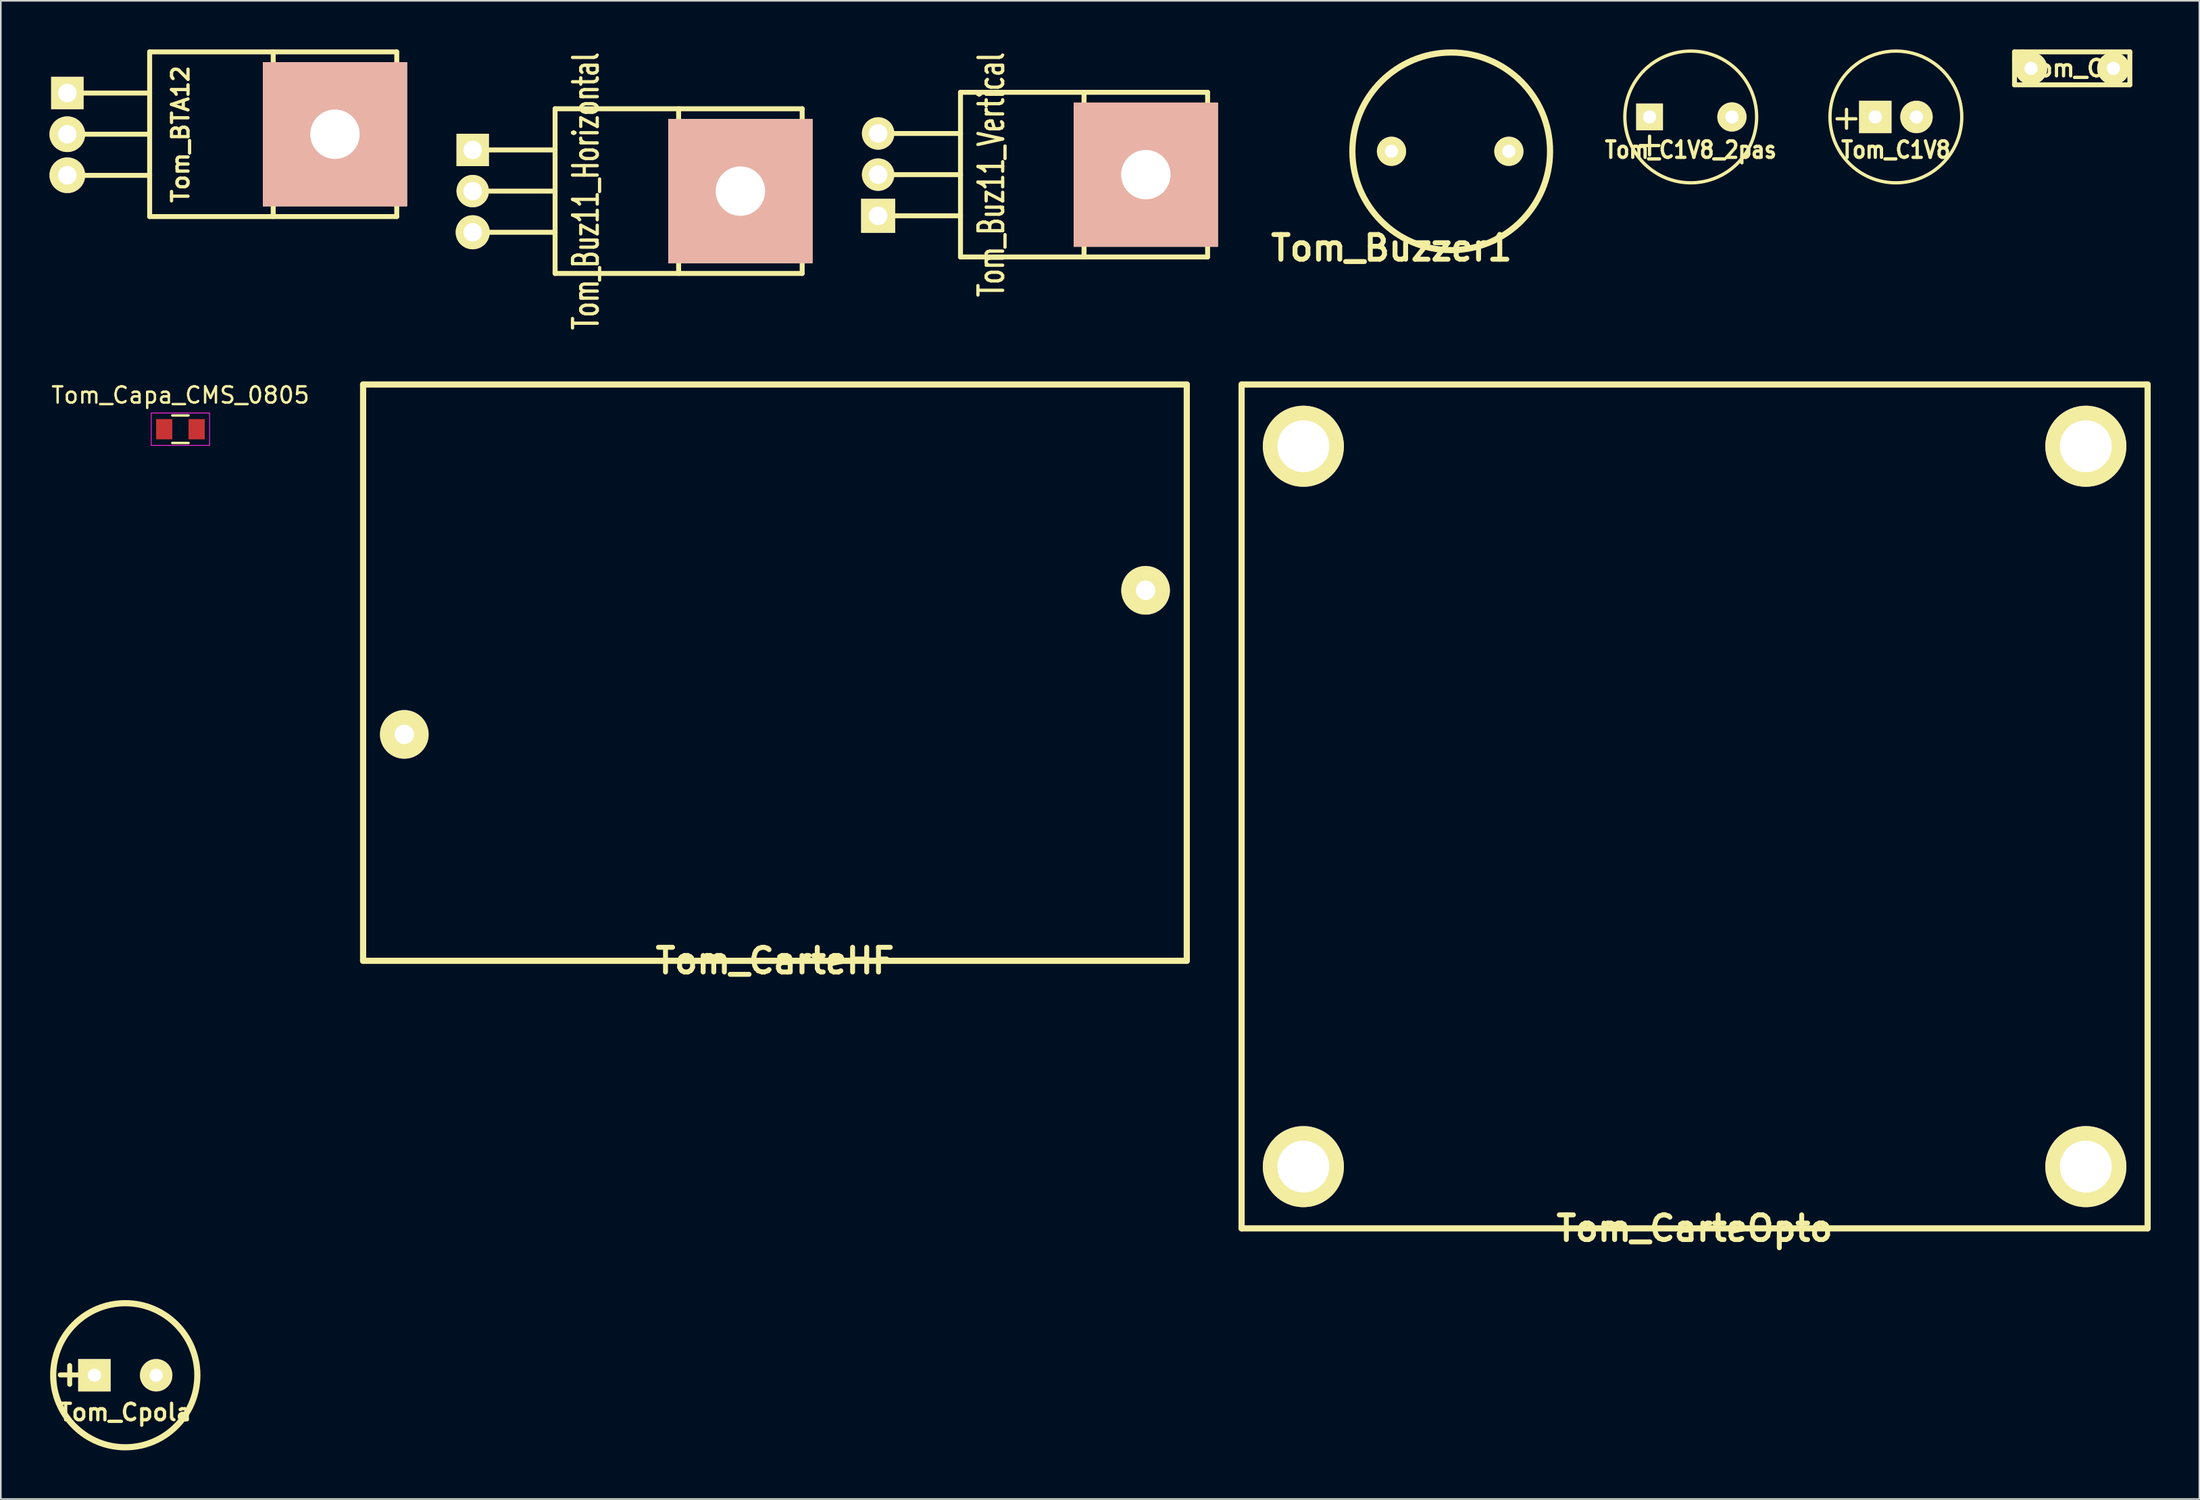
<source format=kicad_pcb>
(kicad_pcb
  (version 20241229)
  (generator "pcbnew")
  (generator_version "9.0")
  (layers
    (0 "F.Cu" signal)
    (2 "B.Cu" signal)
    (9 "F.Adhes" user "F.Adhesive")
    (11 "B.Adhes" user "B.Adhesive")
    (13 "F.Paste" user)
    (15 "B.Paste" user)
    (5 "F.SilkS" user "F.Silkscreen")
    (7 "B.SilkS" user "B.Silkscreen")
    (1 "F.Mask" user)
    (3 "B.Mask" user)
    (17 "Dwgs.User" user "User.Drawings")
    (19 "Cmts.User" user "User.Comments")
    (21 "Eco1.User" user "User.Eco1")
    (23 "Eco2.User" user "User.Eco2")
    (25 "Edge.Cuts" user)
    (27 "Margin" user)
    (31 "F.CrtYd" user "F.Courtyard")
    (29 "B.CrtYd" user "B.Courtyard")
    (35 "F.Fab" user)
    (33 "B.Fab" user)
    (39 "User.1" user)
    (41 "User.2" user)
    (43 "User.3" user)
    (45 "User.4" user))
  (footprint "Tom_C1V8_2pas"
    (layer "F.Cu")
    (at 101.228 4.166)
    (property "Reference" "Tom_C1V8_2pas" (at 0 2.032 0) (layer "F.SilkS") (effects (font (size 1.016 0.889) (thickness 0.203))))
    (attr through_hole)
    (fp_circle (center 0 0) (end 4.064 0) (stroke (width 0.203) (type solid)) (fill no) (layer "F.SilkS"))
    (fp_text user "+" (at -2.54 1.651 0) (layer "F.SilkS") (effects (font (size 1.524 1.524) (thickness 0.203))))
    (pad "1" thru_hole rect (at -2.54 0) (size 1.651 1.651) (drill 0.813) (layers "*.Cu" "*.Mask" "F.SilkS"))
    (pad "2" thru_hole circle (at 2.54 0) (size 1.801 1.801) (drill 0.813) (layers "*.Cu" "*.Mask" "F.SilkS")))
  (footprint "Tom_CarteOpto"
    (layer "F.Cu")
    (at 101.466 72.745)
    (property "Reference" "Tom_CarteOpto" (at 0 0 0) (layer "F.SilkS") (effects (font (size 1.524 1.524) (thickness 0.305))))
    (attr through_hole)
    (fp_line (start -27.94 -52.07) (end -27.94 0) (stroke (width 0.381) (type solid)) (layer "F.SilkS"))
    (fp_line (start -27.94 0) (end 27.94 0) (stroke (width 0.381) (type solid)) (layer "F.SilkS"))
    (fp_line (start 27.94 -52.07) (end -27.94 -52.07) (stroke (width 0.381) (type solid)) (layer "F.SilkS"))
    (fp_line (start 27.94 0) (end 27.94 -52.07) (stroke (width 0.381) (type solid)) (layer "F.SilkS"))
    (pad "1" thru_hole circle (at -24.13 -48.26) (size 5.001 5.001) (drill 3.2) (layers "*.Cu" "*.Mask" "F.SilkS"))
    (pad "2" thru_hole circle (at 24.13 -48.26) (size 5.001 5.001) (drill 3.2) (layers "*.Cu" "*.Mask" "F.SilkS"))
    (pad "3" thru_hole circle (at 24.13 -3.81) (size 5.001 5.001) (drill 3.2) (layers "*.Cu" "*.Mask" "F.SilkS"))
    (pad "4" thru_hole circle (at -24.13 -3.81) (size 5.001 5.001) (drill 3.2) (layers "*.Cu" "*.Mask" "F.SilkS")))
  (footprint "Tom_C1V8"
    (layer "F.Cu")
    (at 113.88 4.166)
    (property "Reference" "Tom_C1V8" (at 0 2.032 0) (layer "F.SilkS") (effects (font (size 1.016 0.889) (thickness 0.203))))
    (attr through_hole)
    (fp_circle (center 0 0) (end 4.064 0) (stroke (width 0.203) (type solid)) (fill no) (layer "F.SilkS"))
    (fp_text user "+" (at -3.045 0 0) (layer "F.SilkS") (effects (font (size 1.524 1.524) (thickness 0.203))))
    (pad "1" thru_hole rect (at -1.27 0) (size 1.999 1.999) (drill 0.813) (layers "*.Cu" "*.Mask" "F.SilkS"))
    (pad "2" thru_hole circle (at 1.27 0) (size 1.999 1.999) (drill 0.813) (layers "*.Cu" "*.Mask" "F.SilkS")))
  (footprint "Tom_Buz11_Vertical"
    (layer "F.Cu")
    (at 51.11 7.726)
    (property "Reference" "Tom_Buz11_Vertical" (at 6.985 0 90) (layer "F.SilkS") (effects (font (size 1.524 1.016) (thickness 0.203))))
    (attr through_hole)
    (fp_line (start 0 -2.54) (end 5.08 -2.54) (stroke (width 0.305) (type solid)) (layer "F.SilkS"))
    (fp_line (start 0 0) (end 5.08 0) (stroke (width 0.305) (type solid)) (layer "F.SilkS"))
    (fp_line (start 0 2.54) (end 5.08 2.54) (stroke (width 0.305) (type solid)) (layer "F.SilkS"))
    (fp_line (start 5.08 -5.08) (end 20.32 -5.08) (stroke (width 0.305) (type solid)) (layer "F.SilkS"))
    (fp_line (start 5.08 5.08) (end 5.08 -5.08) (stroke (width 0.305) (type solid)) (layer "F.SilkS"))
    (fp_line (start 12.7 5.08) (end 12.7 -5.08) (stroke (width 0.305) (type solid)) (layer "F.SilkS"))
    (fp_line (start 20.32 -5.08) (end 20.32 5.08) (stroke (width 0.305) (type solid)) (layer "F.SilkS"))
    (fp_line (start 20.32 5.08) (end 5.08 5.08) (stroke (width 0.305) (type solid)) (layer "F.SilkS"))
    (pad "4" thru_hole rect (at 16.51 0) (size 8.89 8.89) (drill 3.048) (layers "*.Cu" "*.SilkS" "*.Mask"))
    (pad "D" thru_hole circle (at 0 0) (size 1.999 1.999) (drill 1.143) (layers "*.Cu" "*.Mask" "F.SilkS"))
    (pad "G" thru_hole circle (at 0 -2.54) (size 1.999 1.999) (drill 1.143) (layers "*.Cu" "*.Mask" "F.SilkS"))
    (pad "S" thru_hole rect (at 0 2.54) (size 2.101 2.101) (drill 1.143) (layers "*.Cu" "*.Mask" "F.SilkS")))
  (footprint "Tom_Cpola"
    (layer "F.Cu")
    (at 4.677 81.807)
    (property "Reference" "Tom_Cpola" (at 0 2.286 0) (layer "F.SilkS") (effects (font (size 1.016 1.016) (thickness 0.203))))
    (attr through_hole)
    (fp_circle (center 0 0) (end 0 4.445) (stroke (width 0.381) (type solid)) (fill no) (layer "F.SilkS"))
    (fp_text user "+" (at -3.429 -0.127 0) (layer "F.SilkS") (effects (font (size 1.524 1.524) (thickness 0.305))))
    (pad "1" thru_hole rect (at -1.905 0) (size 1.999 1.999) (drill 0.813) (layers "*.Cu" "*.Mask" "F.SilkS"))
    (pad "2" thru_hole circle (at 1.905 0) (size 1.999 1.999) (drill 0.813) (layers "*.Cu" "*.Mask" "F.SilkS")))
  (footprint "Tom_BTA12"
    (layer "F.Cu")
    (at 1.1 5.232)
    (property "Reference" "Tom_BTA12" (at 6.985 0 90) (layer "F.SilkS") (effects (font (size 1.016 1.016) (thickness 0.203))))
    (attr through_hole)
    (fp_line (start 0 -2.54) (end 5.08 -2.54) (stroke (width 0.305) (type solid)) (layer "F.SilkS"))
    (fp_line (start 0 0) (end 5.08 0) (stroke (width 0.305) (type solid)) (layer "F.SilkS"))
    (fp_line (start 0 2.54) (end 5.08 2.54) (stroke (width 0.305) (type solid)) (layer "F.SilkS"))
    (fp_line (start 5.08 -5.08) (end 5.08 5.08) (stroke (width 0.305) (type solid)) (layer "F.SilkS"))
    (fp_line (start 5.08 5.08) (end 20.32 5.08) (stroke (width 0.305) (type solid)) (layer "F.SilkS"))
    (fp_line (start 12.7 3.81) (end 12.7 -5.08) (stroke (width 0.305) (type solid)) (layer "F.SilkS"))
    (fp_line (start 12.7 3.81) (end 12.7 5.08) (stroke (width 0.305) (type solid)) (layer "F.SilkS"))
    (fp_line (start 20.32 -5.08) (end 5.08 -5.08) (stroke (width 0.305) (type solid)) (layer "F.SilkS"))
    (fp_line (start 20.32 5.08) (end 20.32 -5.08) (stroke (width 0.305) (type solid)) (layer "F.SilkS"))
    (pad "1" thru_hole rect (at 0.005 -2.543) (size 1.999 1.999) (drill 1.143) (layers "*.Cu" "*.Mask" "F.SilkS"))
    (pad "2" thru_hole circle (at 0 0) (size 2.2 2.2) (drill 1.143) (layers "*.Cu" "*.Mask" "F.SilkS"))
    (pad "3" thru_hole circle (at 0.003 2.532) (size 2.2 2.2) (drill 1.143) (layers "*.Cu" "*.Mask" "F.SilkS"))
    (pad "4" thru_hole rect (at 16.51 0) (size 8.89 8.89) (drill 3.048) (layers "*.Cu" "*.SilkS" "*.Mask")))
  (footprint "Tom_Capa_CMS_0805"
    (layer "F.Cu")
    (at 8.077 23.433)
    (property "Reference" "Tom_Capa_CMS_0805" (at 0 -2.1 0) (layer "F.SilkS") (effects (font (size 1 1) (thickness 0.15))))
    (attr smd)
    (fp_line (start -0.5 0.85) (end 0.5 0.85) (stroke (width 0.15) (type solid)) (layer "F.SilkS"))
    (fp_line (start 0.5 -0.85) (end -0.5 -0.85) (stroke (width 0.15) (type solid)) (layer "F.SilkS"))
    (fp_line (start -1.8 -1) (end -1.8 1) (stroke (width 0.05) (type solid)) (layer "F.CrtYd"))
    (fp_line (start -1.8 -1) (end 1.8 -1) (stroke (width 0.05) (type solid)) (layer "F.CrtYd"))
    (fp_line (start -1.8 1) (end 1.8 1) (stroke (width 0.05) (type solid)) (layer "F.CrtYd"))
    (fp_line (start 1.8 -1) (end 1.8 1) (stroke (width 0.05) (type solid)) (layer "F.CrtYd"))
    (pad "1" smd rect (at -1 0) (size 1 1.25) (layers "F.Cu" "F.Mask" "F.Paste"))
    (pad "2" smd rect (at 1 0) (size 1 1.25) (layers "F.Cu" "F.Mask" "F.Paste")))
  (footprint "Tom_Buzzer1"
    (layer "F.Cu")
    (at 82.772 10.604)
    (property "Reference" "Tom_Buzzer1" (at 0 1.651 0) (layer "F.SilkS") (effects (font (size 1.524 1.524) (thickness 0.305))))
    (attr through_hole)
    (fp_circle (center 3.683 -4.318) (end 9.779 -4.318) (stroke (width 0.381) (type solid)) (fill no) (layer "F.SilkS"))
    (pad "1" thru_hole circle (at 0 -4.318) (size 1.801 1.801) (drill 0.813) (layers "*.Cu" "*.Mask" "F.SilkS"))
    (pad "2" thru_hole circle (at 7.239 -4.318) (size 1.801 1.801) (drill 0.813) (layers "*.Cu" "*.Mask" "F.SilkS")))
  (footprint "Tom_CarteHF"
    (layer "F.Cu")
    (at 44.745 56.235)
    (property "Reference" "Tom_CarteHF" (at 0 0 0) (layer "F.SilkS") (effects (font (size 1.524 1.524) (thickness 0.305))))
    (attr through_hole)
    (fp_line (start -25.4 -35.56) (end -25.4 0) (stroke (width 0.381) (type solid)) (layer "F.SilkS"))
    (fp_line (start -25.4 0) (end 25.4 0) (stroke (width 0.381) (type solid)) (layer "F.SilkS"))
    (fp_line (start 25.4 -35.56) (end -25.4 -35.56) (stroke (width 0.381) (type solid)) (layer "F.SilkS"))
    (fp_line (start 25.4 0) (end 25.4 -35.56) (stroke (width 0.381) (type solid)) (layer "F.SilkS"))
    (pad "1" thru_hole circle (at -22.86 -13.97) (size 3 3) (drill 1.199) (layers "*.Cu" "*.Mask" "F.SilkS"))
    (pad "2" thru_hole circle (at 22.86 -22.86) (size 3 3) (drill 1.199) (layers "*.Cu" "*.Mask" "F.SilkS")))
  (footprint "Tom_C2"
    (layer "F.Cu")
    (at 124.754 1.168)
    (property "Reference" "Tom_C2" (at 0 0 0) (layer "F.SilkS") (effects (font (size 1.016 1.016) (thickness 0.203))))
    (attr through_hole)
    (fp_line (start -3.556 -1.016) (end 3.556 -1.016) (stroke (width 0.305) (type solid)) (layer "F.SilkS"))
    (fp_line (start -3.556 -0.508) (end -3.048 -1.016) (stroke (width 0.305) (type solid)) (layer "F.SilkS"))
    (fp_line (start -3.556 1.016) (end -3.556 -1.016) (stroke (width 0.305) (type solid)) (layer "F.SilkS"))
    (fp_line (start 3.556 -1.016) (end 3.556 1.016) (stroke (width 0.305) (type solid)) (layer "F.SilkS"))
    (fp_line (start 3.556 1.016) (end -3.556 1.016) (stroke (width 0.305) (type solid)) (layer "F.SilkS"))
    (pad "1" thru_hole circle (at -2.54 0) (size 1.999 1.999) (drill 0.813) (layers "*.Cu" "*.Mask" "F.SilkS"))
    (pad "2" thru_hole circle (at 2.54 0) (size 1.999 1.999) (drill 0.813) (layers "*.Cu" "*.Mask" "F.SilkS")))
  (footprint "Tom_Buz11_Horizontal"
    (layer "F.Cu")
    (at 26.105 8.742)
    (property "Reference" "Tom_Buz11_Horizontal" (at 6.985 0 90) (layer "F.SilkS") (effects (font (size 1.524 1.016) (thickness 0.203))))
    (attr through_hole)
    (fp_line (start 0 -2.54) (end 5.08 -2.54) (stroke (width 0.305) (type solid)) (layer "F.SilkS"))
    (fp_line (start 0 0) (end 5.08 0) (stroke (width 0.305) (type solid)) (layer "F.SilkS"))
    (fp_line (start 0 2.54) (end 5.08 2.54) (stroke (width 0.305) (type solid)) (layer "F.SilkS"))
    (fp_line (start 5.08 -5.08) (end 20.32 -5.08) (stroke (width 0.305) (type solid)) (layer "F.SilkS"))
    (fp_line (start 5.08 5.08) (end 5.08 -5.08) (stroke (width 0.305) (type solid)) (layer "F.SilkS"))
    (fp_line (start 12.7 5.08) (end 12.7 -5.08) (stroke (width 0.305) (type solid)) (layer "F.SilkS"))
    (fp_line (start 20.32 -5.08) (end 20.32 5.08) (stroke (width 0.305) (type solid)) (layer "F.SilkS"))
    (fp_line (start 20.32 5.08) (end 5.08 5.08) (stroke (width 0.305) (type solid)) (layer "F.SilkS"))
    (pad "1" thru_hole rect (at 0 -2.54) (size 1.999 1.999) (drill 1.143) (layers "*.Cu" "*.Mask" "F.SilkS"))
    (pad "2" thru_hole circle (at 0 0) (size 1.999 1.999) (drill 1.143) (layers "*.Cu" "*.Mask" "F.SilkS"))
    (pad "3" thru_hole circle (at 0 2.54) (size 2.101 2.101) (drill 1.143) (layers "*.Cu" "*.Mask" "F.SilkS"))
    (pad "4" thru_hole rect (at 16.51 0) (size 8.89 8.89) (drill 3.048) (layers "*.Cu" "*.SilkS" "*.Mask")))
  (gr_rect
    (start -3 -3)
    (end 132.597 89.443)
    (stroke (width 0.1) (type default))
    (fill no)
    (layer "Edge.Cuts")))
</source>
